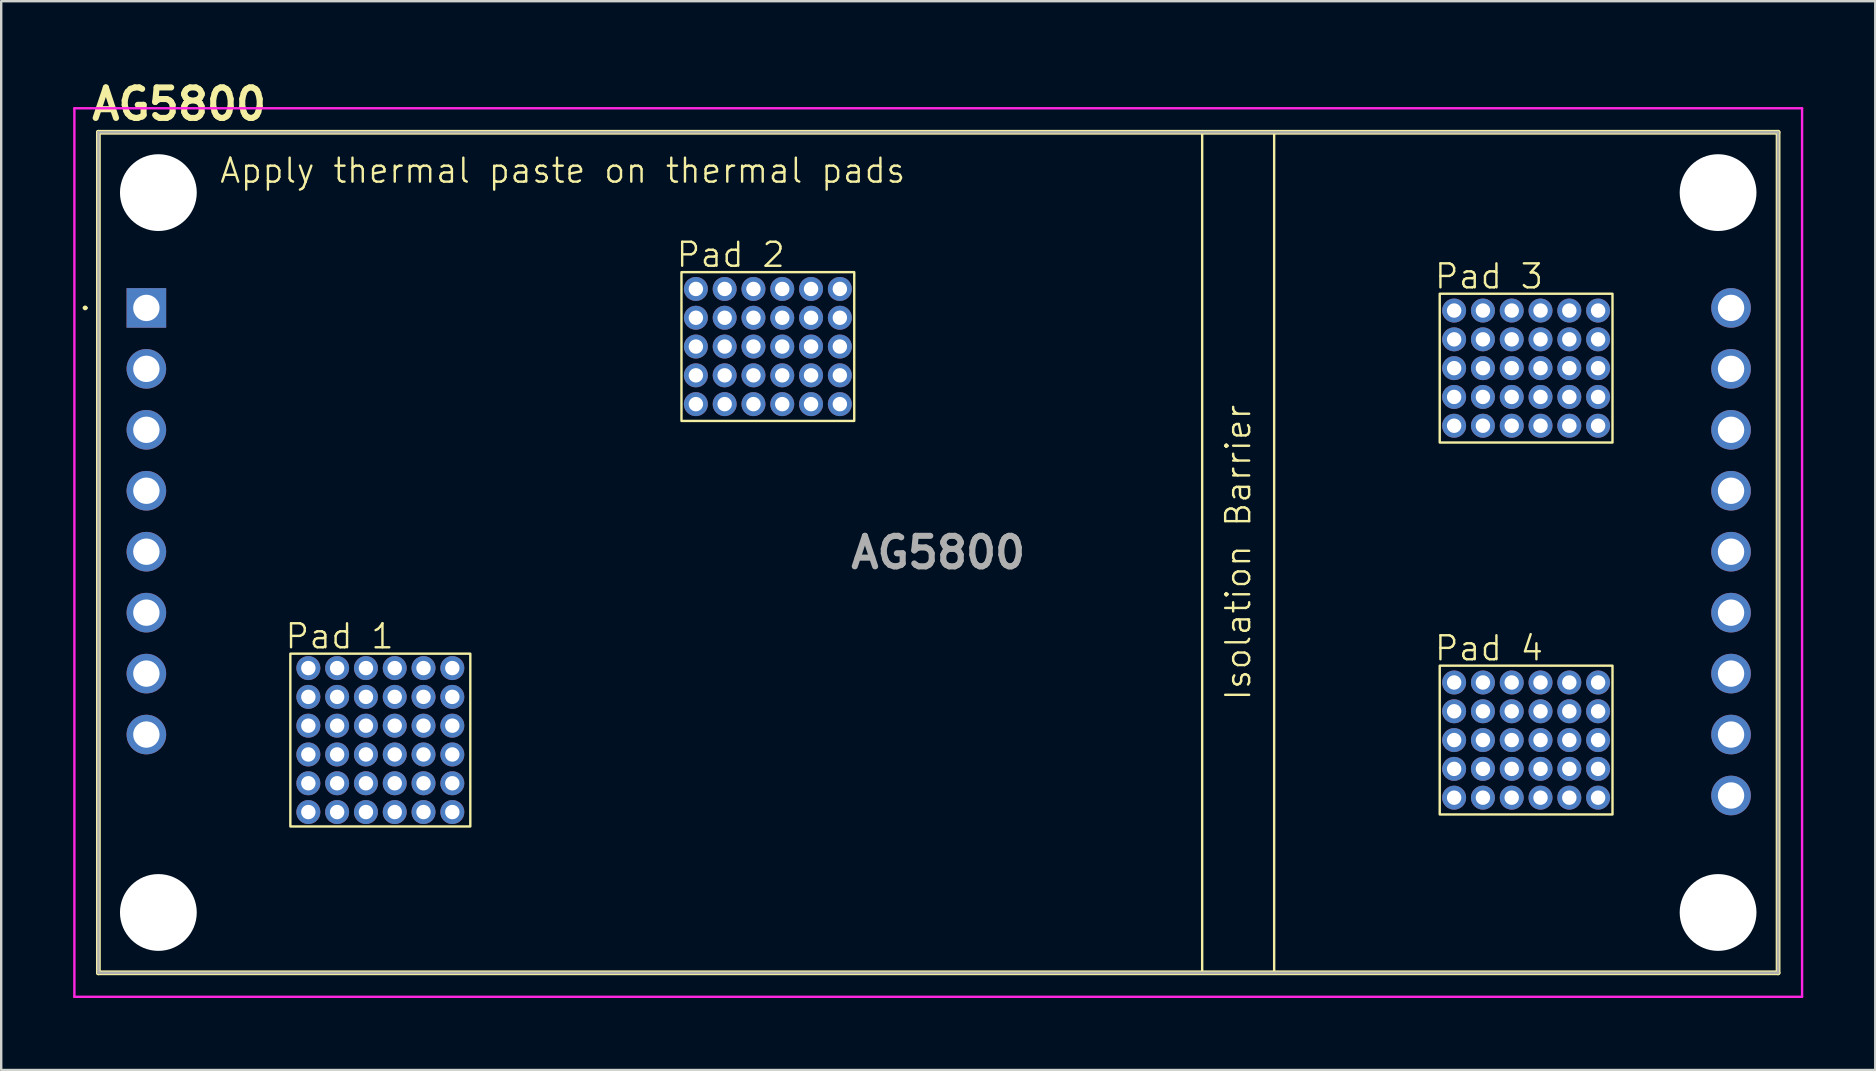
<source format=kicad_pcb>
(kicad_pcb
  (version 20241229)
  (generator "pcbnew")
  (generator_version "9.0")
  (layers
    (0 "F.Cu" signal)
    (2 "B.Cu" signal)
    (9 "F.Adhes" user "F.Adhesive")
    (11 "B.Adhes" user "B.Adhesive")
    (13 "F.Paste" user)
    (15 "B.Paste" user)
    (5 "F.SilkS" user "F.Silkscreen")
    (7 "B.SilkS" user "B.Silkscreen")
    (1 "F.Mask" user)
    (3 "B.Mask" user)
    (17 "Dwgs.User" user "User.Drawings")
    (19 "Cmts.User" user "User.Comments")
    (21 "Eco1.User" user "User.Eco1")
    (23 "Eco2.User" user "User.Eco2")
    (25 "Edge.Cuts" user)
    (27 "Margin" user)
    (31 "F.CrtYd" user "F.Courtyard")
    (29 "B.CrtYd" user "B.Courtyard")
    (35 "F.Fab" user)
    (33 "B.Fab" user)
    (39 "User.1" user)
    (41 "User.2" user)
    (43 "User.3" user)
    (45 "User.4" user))
  (footprint "AG5800"
    (layer "F.Cu")
    (at 36.05 19.977)
    (property "Reference" "AG5800" (at -35.4 -17.945 0) (layer "F.SilkS") (effects (font (size 1.27 1.27) (thickness 0.254)) (justify left bottom)))
    (attr through_hole)
    (fp_line (start -35.6 -10.195) (end -35.6 -10.195) (stroke (width 0.1) (type solid)) (layer "F.SilkS"))
    (fp_line (start -35.5 -10.195) (end -35.5 -10.195) (stroke (width 0.1) (type solid)) (layer "F.SilkS"))
    (fp_line (start -35 -17.515) (end 35 -17.515) (stroke (width 0.2) (type solid)) (layer "F.SilkS"))
    (fp_line (start -35 17.515) (end -35 -17.515) (stroke (width 0.2) (type solid)) (layer "F.SilkS"))
    (fp_line (start 35 -17.515) (end 35 17.515) (stroke (width 0.2) (type solid)) (layer "F.SilkS"))
    (fp_line (start 35 17.515) (end -35 17.515) (stroke (width 0.2) (type solid)) (layer "F.SilkS"))
    (fp_rect (start -27 4.215) (end -19.5 11.415) (stroke (width 0.1) (type solid)) (fill no) (layer "F.SilkS"))
    (fp_rect (start -10.7 -11.685) (end -3.5 -5.485) (stroke (width 0.1) (type solid)) (fill no) (layer "F.SilkS"))
    (fp_rect (start 20.9 -10.785) (end 28.1 -4.585) (stroke (width 0.1) (type solid)) (fill no) (layer "F.SilkS"))
    (fp_rect (start 20.9 4.715) (end 28.1 10.915) (stroke (width 0.1) (type solid)) (fill no) (layer "F.SilkS"))
    (fp_arc (start -35.6 -10.195) (mid -35.55 -10.245) (end -35.5 -10.195) (stroke (width 0.1) (type solid)) (layer "F.SilkS"))
    (fp_arc (start -35.5 -10.195) (mid -35.55 -10.145) (end -35.6 -10.195) (stroke (width 0.1) (type solid)) (layer "F.SilkS"))
    (fp_poly (pts (xy 11 -17.515) (xy 14 -17.515) (xy 14 17.515) (xy 11 17.515)) (stroke (width 0.1) (type solid)) (fill no) (layer "F.SilkS"))
    (fp_line (start -36 -18.515) (end 36 -18.515) (stroke (width 0.1) (type solid)) (layer "F.CrtYd"))
    (fp_line (start -36 18.515) (end -36 -18.515) (stroke (width 0.1) (type solid)) (layer "F.CrtYd"))
    (fp_line (start 36 -18.515) (end 36 18.515) (stroke (width 0.1) (type solid)) (layer "F.CrtYd"))
    (fp_line (start 36 18.515) (end -36 18.515) (stroke (width 0.1) (type solid)) (layer "F.CrtYd"))
    (fp_line (start -35 -17.515) (end 35 -17.515) (stroke (width 0.1) (type solid)) (layer "F.Fab"))
    (fp_line (start -35 17.515) (end -35 -17.515) (stroke (width 0.1) (type solid)) (layer "F.Fab"))
    (fp_line (start 35 -17.515) (end 35 17.515) (stroke (width 0.1) (type solid)) (layer "F.Fab"))
    (fp_line (start 35 17.515) (end -35 17.515) (stroke (width 0.1) (type solid)) (layer "F.Fab"))
    (fp_text user "Isolation Barrier" (at 12.5 0 90) (unlocked yes) (layer "F.SilkS") (effects (font (size 1 1) (thickness 0.1))))
    (fp_text user "Pad 1" (at -27.275 4.075 0) (unlocked yes) (layer "F.SilkS") (effects (font (size 1 1) (thickness 0.1)) (justify left bottom)))
    (fp_text user "Pad 4" (at 20.625 4.575 0) (unlocked yes) (layer "F.SilkS") (effects (font (size 1 1) (thickness 0.1)) (justify left bottom)))
    (fp_text user "Pad 3" (at 20.625 -10.925 0) (unlocked yes) (layer "F.SilkS") (effects (font (size 1 1) (thickness 0.1)) (justify left bottom)))
    (fp_text user "Pad 2" (at -10.975 -11.825 0) (unlocked yes) (layer "F.SilkS") (effects (font (size 1 1) (thickness 0.1)) (justify left bottom)))
    (fp_text user "Apply thermal paste on thermal pads" (at -30 -16.5 0) (unlocked yes) (layer "F.SilkS") (effects (font (size 1 1) (thickness 0.1)) (justify left top)))
    (fp_text user "${REFERENCE}" (at 0 0 0) (layer "F.Fab") (effects (font (size 1.27 1.27) (thickness 0.254))))
    (pad "" np_thru_hole circle (at -32.5 -15) (size 3.2 3.2) (drill 3.2) (layers "*.Cu" "*.Mask"))
    (pad "" np_thru_hole circle (at -32.5 15) (size 3.2 3.2) (drill 3.2) (layers "*.Cu" "*.Mask"))
    (pad "" np_thru_hole circle (at 32.5 -15) (size 3.2 3.2) (drill 3.2) (layers "*.Cu" "*.Mask"))
    (pad "" np_thru_hole circle (at 32.5 15) (size 3.2 3.2) (drill 3.2) (layers "*.Cu" "*.Mask"))
    (pad "1" thru_hole rect (at -33 -10.195) (size 1.65 1.65) (drill 1.1) (layers "*.Cu" "*.Mask"))
    (pad "2" thru_hole circle (at -33 -7.655) (size 1.65 1.65) (drill 1.1) (layers "*.Cu" "*.Mask"))
    (pad "3" thru_hole circle (at -33 -5.115) (size 1.65 1.65) (drill 1.1) (layers "*.Cu" "*.Mask"))
    (pad "4" thru_hole circle (at -33 -2.575) (size 1.65 1.65) (drill 1.1) (layers "*.Cu" "*.Mask"))
    (pad "5" thru_hole circle (at -33 -0.035) (size 1.65 1.65) (drill 1.1) (layers "*.Cu" "*.Mask"))
    (pad "6" thru_hole circle (at -33 2.505) (size 1.65 1.65) (drill 1.1) (layers "*.Cu" "*.Mask"))
    (pad "7" thru_hole circle (at -33 5.045) (size 1.65 1.65) (drill 1.1) (layers "*.Cu" "*.Mask"))
    (pad "8" thru_hole circle (at -33 7.585) (size 1.65 1.65) (drill 1.1) (layers "*.Cu" "*.Mask"))
    (pad "9" thru_hole circle (at 33.04 10.125) (size 1.65 1.65) (drill 1.1) (layers "*.Cu" "*.Mask"))
    (pad "10" thru_hole circle (at 33.04 7.585) (size 1.65 1.65) (drill 1.1) (layers "*.Cu" "*.Mask"))
    (pad "11" thru_hole circle (at 33.04 5.045) (size 1.65 1.65) (drill 1.1) (layers "*.Cu" "*.Mask"))
    (pad "12" thru_hole circle (at 33.04 2.505) (size 1.65 1.65) (drill 1.1) (layers "*.Cu" "*.Mask"))
    (pad "13" thru_hole circle (at 33.04 -0.035) (size 1.65 1.65) (drill 1.1) (layers "*.Cu" "*.Mask"))
    (pad "14" thru_hole circle (at 33.04 -2.575) (size 1.65 1.65) (drill 1.1) (layers "*.Cu" "*.Mask"))
    (pad "15" thru_hole circle (at 21.5 -10.085) (size 1 1) (drill 0.6) (property pad_prop_heatsink) (layers "*.Cu" "*.Mask"))
    (pad "15" thru_hole circle (at 21.5 -8.885) (size 1 1) (drill 0.6) (property pad_prop_heatsink) (layers "*.Cu" "*.Mask"))
    (pad "15" thru_hole circle (at 21.5 -7.685) (size 1 1) (drill 0.6) (property pad_prop_heatsink) (layers "*.Cu" "*.Mask"))
    (pad "15" thru_hole circle (at 21.5 -6.485) (size 1 1) (drill 0.6) (property pad_prop_heatsink) (layers "*.Cu" "*.Mask"))
    (pad "15" thru_hole circle (at 21.5 -5.285) (size 1 1) (drill 0.6) (property pad_prop_heatsink) (layers "*.Cu" "*.Mask"))
    (pad "15" thru_hole circle (at 22.7 -10.085) (size 1 1) (drill 0.6) (property pad_prop_heatsink) (layers "*.Cu" "*.Mask"))
    (pad "15" thru_hole circle (at 22.7 -8.885) (size 1 1) (drill 0.6) (property pad_prop_heatsink) (layers "*.Cu" "*.Mask"))
    (pad "15" thru_hole circle (at 22.7 -7.685) (size 1 1) (drill 0.6) (property pad_prop_heatsink) (layers "*.Cu" "*.Mask"))
    (pad "15" thru_hole circle (at 22.7 -6.485) (size 1 1) (drill 0.6) (property pad_prop_heatsink) (layers "*.Cu" "*.Mask"))
    (pad "15" thru_hole circle (at 22.7 -5.285) (size 1 1) (drill 0.6) (property pad_prop_heatsink) (layers "*.Cu" "*.Mask"))
    (pad "15" thru_hole circle (at 23.9 -10.085) (size 1 1) (drill 0.6) (property pad_prop_heatsink) (layers "*.Cu" "*.Mask"))
    (pad "15" thru_hole circle (at 23.9 -8.885) (size 1 1) (drill 0.6) (property pad_prop_heatsink) (layers "*.Cu" "*.Mask"))
    (pad "15" thru_hole circle (at 23.9 -7.685) (size 1 1) (drill 0.6) (property pad_prop_heatsink) (layers "*.Cu" "*.Mask"))
    (pad "15" thru_hole circle (at 23.9 -6.485) (size 1 1) (drill 0.6) (property pad_prop_heatsink) (layers "*.Cu" "*.Mask"))
    (pad "15" thru_hole circle (at 23.9 -5.285) (size 1 1) (drill 0.6) (property pad_prop_heatsink) (layers "*.Cu" "*.Mask"))
    (pad "15" thru_hole circle (at 25.1 -10.085) (size 1 1) (drill 0.6) (property pad_prop_heatsink) (layers "*.Cu" "*.Mask"))
    (pad "15" thru_hole circle (at 25.1 -8.885) (size 1 1) (drill 0.6) (property pad_prop_heatsink) (layers "*.Cu" "*.Mask"))
    (pad "15" thru_hole circle (at 25.1 -7.685) (size 1 1) (drill 0.6) (property pad_prop_heatsink) (layers "*.Cu" "*.Mask"))
    (pad "15" thru_hole circle (at 25.1 -6.485) (size 1 1) (drill 0.6) (property pad_prop_heatsink) (layers "*.Cu" "*.Mask"))
    (pad "15" thru_hole circle (at 25.1 -5.285) (size 1 1) (drill 0.6) (property pad_prop_heatsink) (layers "*.Cu" "*.Mask"))
    (pad "15" thru_hole circle (at 26.3 -10.085) (size 1 1) (drill 0.6) (property pad_prop_heatsink) (layers "*.Cu" "*.Mask"))
    (pad "15" thru_hole circle (at 26.3 -8.885) (size 1 1) (drill 0.6) (property pad_prop_heatsink) (layers "*.Cu" "*.Mask"))
    (pad "15" thru_hole circle (at 26.3 -7.685) (size 1 1) (drill 0.6) (property pad_prop_heatsink) (layers "*.Cu" "*.Mask"))
    (pad "15" thru_hole circle (at 26.3 -6.485) (size 1 1) (drill 0.6) (property pad_prop_heatsink) (layers "*.Cu" "*.Mask"))
    (pad "15" thru_hole circle (at 26.3 -5.285) (size 1 1) (drill 0.6) (property pad_prop_heatsink) (layers "*.Cu" "*.Mask"))
    (pad "15" thru_hole circle (at 27.5 -10.085) (size 1 1) (drill 0.6) (property pad_prop_heatsink) (layers "*.Cu" "*.Mask"))
    (pad "15" thru_hole circle (at 27.5 -8.885) (size 1 1) (drill 0.6) (property pad_prop_heatsink) (layers "*.Cu" "*.Mask"))
    (pad "15" thru_hole circle (at 27.5 -7.685) (size 1 1) (drill 0.6) (property pad_prop_heatsink) (layers "*.Cu" "*.Mask"))
    (pad "15" thru_hole circle (at 27.5 -6.485) (size 1 1) (drill 0.6) (property pad_prop_heatsink) (layers "*.Cu" "*.Mask"))
    (pad "15" thru_hole circle (at 27.5 -5.285) (size 1 1) (drill 0.6) (property pad_prop_heatsink) (layers "*.Cu" "*.Mask"))
    (pad "15" thru_hole circle (at 33.04 -5.115) (size 1.65 1.65) (drill 1.1) (layers "*.Cu" "*.Mask"))
    (pad "16" thru_hole circle (at 21.5 5.415) (size 1 1) (drill 0.6) (property pad_prop_heatsink) (layers "*.Cu" "*.Mask"))
    (pad "16" thru_hole circle (at 21.5 6.615) (size 1 1) (drill 0.6) (property pad_prop_heatsink) (layers "*.Cu" "*.Mask"))
    (pad "16" thru_hole circle (at 21.5 7.815) (size 1 1) (drill 0.6) (property pad_prop_heatsink) (layers "*.Cu" "*.Mask"))
    (pad "16" thru_hole circle (at 21.5 9.015) (size 1 1) (drill 0.6) (property pad_prop_heatsink) (layers "*.Cu" "*.Mask"))
    (pad "16" thru_hole circle (at 21.5 10.215) (size 1 1) (drill 0.6) (property pad_prop_heatsink) (layers "*.Cu" "*.Mask"))
    (pad "16" thru_hole circle (at 22.7 5.415) (size 1 1) (drill 0.6) (property pad_prop_heatsink) (layers "*.Cu" "*.Mask"))
    (pad "16" thru_hole circle (at 22.7 6.615) (size 1 1) (drill 0.6) (property pad_prop_heatsink) (layers "*.Cu" "*.Mask"))
    (pad "16" thru_hole circle (at 22.7 7.815) (size 1 1) (drill 0.6) (property pad_prop_heatsink) (layers "*.Cu" "*.Mask"))
    (pad "16" thru_hole circle (at 22.7 9.015) (size 1 1) (drill 0.6) (property pad_prop_heatsink) (layers "*.Cu" "*.Mask"))
    (pad "16" thru_hole circle (at 22.7 10.215) (size 1 1) (drill 0.6) (property pad_prop_heatsink) (layers "*.Cu" "*.Mask"))
    (pad "16" thru_hole circle (at 23.9 5.415) (size 1 1) (drill 0.6) (property pad_prop_heatsink) (layers "*.Cu" "*.Mask"))
    (pad "16" thru_hole circle (at 23.9 6.615) (size 1 1) (drill 0.6) (property pad_prop_heatsink) (layers "*.Cu" "*.Mask"))
    (pad "16" thru_hole circle (at 23.9 7.815) (size 1 1) (drill 0.6) (property pad_prop_heatsink) (layers "*.Cu" "*.Mask"))
    (pad "16" thru_hole circle (at 23.9 9.015) (size 1 1) (drill 0.6) (property pad_prop_heatsink) (layers "*.Cu" "*.Mask"))
    (pad "16" thru_hole circle (at 23.9 10.215) (size 1 1) (drill 0.6) (property pad_prop_heatsink) (layers "*.Cu" "*.Mask"))
    (pad "16" thru_hole circle (at 25.1 5.415) (size 1 1) (drill 0.6) (property pad_prop_heatsink) (layers "*.Cu" "*.Mask"))
    (pad "16" thru_hole circle (at 25.1 6.615) (size 1 1) (drill 0.6) (property pad_prop_heatsink) (layers "*.Cu" "*.Mask"))
    (pad "16" thru_hole circle (at 25.1 7.815) (size 1 1) (drill 0.6) (property pad_prop_heatsink) (layers "*.Cu" "*.Mask"))
    (pad "16" thru_hole circle (at 25.1 9.015) (size 1 1) (drill 0.6) (property pad_prop_heatsink) (layers "*.Cu" "*.Mask"))
    (pad "16" thru_hole circle (at 25.1 10.215) (size 1 1) (drill 0.6) (property pad_prop_heatsink) (layers "*.Cu" "*.Mask"))
    (pad "16" thru_hole circle (at 26.3 5.415) (size 1 1) (drill 0.6) (property pad_prop_heatsink) (layers "*.Cu" "*.Mask"))
    (pad "16" thru_hole circle (at 26.3 6.615) (size 1 1) (drill 0.6) (property pad_prop_heatsink) (layers "*.Cu" "*.Mask"))
    (pad "16" thru_hole circle (at 26.3 7.815) (size 1 1) (drill 0.6) (property pad_prop_heatsink) (layers "*.Cu" "*.Mask"))
    (pad "16" thru_hole circle (at 26.3 9.015) (size 1 1) (drill 0.6) (property pad_prop_heatsink) (layers "*.Cu" "*.Mask"))
    (pad "16" thru_hole circle (at 26.3 10.215) (size 1 1) (drill 0.6) (property pad_prop_heatsink) (layers "*.Cu" "*.Mask"))
    (pad "16" thru_hole circle (at 27.5 5.415) (size 1 1) (drill 0.6) (property pad_prop_heatsink) (layers "*.Cu" "*.Mask"))
    (pad "16" thru_hole circle (at 27.5 6.615) (size 1 1) (drill 0.6) (property pad_prop_heatsink) (layers "*.Cu" "*.Mask"))
    (pad "16" thru_hole circle (at 27.5 7.815) (size 1 1) (drill 0.6) (property pad_prop_heatsink) (layers "*.Cu" "*.Mask"))
    (pad "16" thru_hole circle (at 27.5 9.015) (size 1 1) (drill 0.6) (property pad_prop_heatsink) (layers "*.Cu" "*.Mask"))
    (pad "16" thru_hole circle (at 27.5 10.215) (size 1 1) (drill 0.6) (property pad_prop_heatsink) (layers "*.Cu" "*.Mask"))
    (pad "16" thru_hole circle (at 33.04 -7.655) (size 1.65 1.65) (drill 1.1) (layers "*.Cu" "*.Mask"))
    (pad "17" thru_hole circle (at 33.04 -10.195) (size 1.65 1.65) (drill 1.1) (layers "*.Cu" "*.Mask"))
    (pad "18" thru_hole circle (at -26.25 4.815) (size 1 1) (drill 0.6) (property pad_prop_heatsink) (layers "*.Cu" "*.Mask"))
    (pad "18" thru_hole circle (at -26.25 6.015) (size 1 1) (drill 0.6) (property pad_prop_heatsink) (layers "*.Cu" "*.Mask"))
    (pad "18" thru_hole circle (at -26.25 7.215) (size 1 1) (drill 0.6) (property pad_prop_heatsink) (layers "*.Cu" "*.Mask"))
    (pad "18" thru_hole circle (at -26.25 8.415) (size 1 1) (drill 0.6) (property pad_prop_heatsink) (layers "*.Cu" "*.Mask"))
    (pad "18" thru_hole circle (at -26.25 9.615) (size 1 1) (drill 0.6) (property pad_prop_heatsink) (layers "*.Cu" "*.Mask"))
    (pad "18" thru_hole circle (at -26.25 10.815) (size 1 1) (drill 0.6) (property pad_prop_heatsink) (layers "*.Cu" "*.Mask"))
    (pad "18" thru_hole circle (at -25.05 4.815) (size 1 1) (drill 0.6) (property pad_prop_heatsink) (layers "*.Cu" "*.Mask"))
    (pad "18" thru_hole circle (at -25.05 6.015) (size 1 1) (drill 0.6) (property pad_prop_heatsink) (layers "*.Cu" "*.Mask"))
    (pad "18" thru_hole circle (at -25.05 7.215) (size 1 1) (drill 0.6) (property pad_prop_heatsink) (layers "*.Cu" "*.Mask"))
    (pad "18" thru_hole circle (at -25.05 8.415) (size 1 1) (drill 0.6) (property pad_prop_heatsink) (layers "*.Cu" "*.Mask"))
    (pad "18" thru_hole circle (at -25.05 9.615) (size 1 1) (drill 0.6) (property pad_prop_heatsink) (layers "*.Cu" "*.Mask"))
    (pad "18" thru_hole circle (at -25.05 10.815) (size 1 1) (drill 0.6) (property pad_prop_heatsink) (layers "*.Cu" "*.Mask"))
    (pad "18" thru_hole circle (at -23.85 4.815) (size 1 1) (drill 0.6) (property pad_prop_heatsink) (layers "*.Cu" "*.Mask"))
    (pad "18" thru_hole circle (at -23.85 6.015) (size 1 1) (drill 0.6) (property pad_prop_heatsink) (layers "*.Cu" "*.Mask"))
    (pad "18" thru_hole circle (at -23.85 7.215) (size 1 1) (drill 0.6) (property pad_prop_heatsink) (layers "*.Cu" "*.Mask"))
    (pad "18" thru_hole circle (at -23.85 8.415) (size 1 1) (drill 0.6) (property pad_prop_heatsink) (layers "*.Cu" "*.Mask"))
    (pad "18" thru_hole circle (at -23.85 9.615) (size 1 1) (drill 0.6) (property pad_prop_heatsink) (layers "*.Cu" "*.Mask"))
    (pad "18" thru_hole circle (at -23.85 10.815) (size 1 1) (drill 0.6) (property pad_prop_heatsink) (layers "*.Cu" "*.Mask"))
    (pad "18" thru_hole circle (at -22.65 4.815) (size 1 1) (drill 0.6) (property pad_prop_heatsink) (layers "*.Cu" "*.Mask"))
    (pad "18" thru_hole circle (at -22.65 6.015) (size 1 1) (drill 0.6) (property pad_prop_heatsink) (layers "*.Cu" "*.Mask"))
    (pad "18" thru_hole circle (at -22.65 7.215) (size 1 1) (drill 0.6) (property pad_prop_heatsink) (layers "*.Cu" "*.Mask"))
    (pad "18" thru_hole circle (at -22.65 8.415) (size 1 1) (drill 0.6) (property pad_prop_heatsink) (layers "*.Cu" "*.Mask"))
    (pad "18" thru_hole circle (at -22.65 9.615) (size 1 1) (drill 0.6) (property pad_prop_heatsink) (layers "*.Cu" "*.Mask"))
    (pad "18" thru_hole circle (at -22.65 10.815) (size 1 1) (drill 0.6) (property pad_prop_heatsink) (layers "*.Cu" "*.Mask"))
    (pad "18" thru_hole circle (at -21.45 4.815) (size 1 1) (drill 0.6) (property pad_prop_heatsink) (layers "*.Cu" "*.Mask"))
    (pad "18" thru_hole circle (at -21.45 6.015) (size 1 1) (drill 0.6) (property pad_prop_heatsink) (layers "*.Cu" "*.Mask"))
    (pad "18" thru_hole circle (at -21.45 7.215) (size 1 1) (drill 0.6) (property pad_prop_heatsink) (layers "*.Cu" "*.Mask"))
    (pad "18" thru_hole circle (at -21.45 8.415) (size 1 1) (drill 0.6) (property pad_prop_heatsink) (layers "*.Cu" "*.Mask"))
    (pad "18" thru_hole circle (at -21.45 9.615) (size 1 1) (drill 0.6) (property pad_prop_heatsink) (layers "*.Cu" "*.Mask"))
    (pad "18" thru_hole circle (at -21.45 10.815) (size 1 1) (drill 0.6) (property pad_prop_heatsink) (layers "*.Cu" "*.Mask"))
    (pad "18" thru_hole circle (at -20.25 4.815) (size 1 1) (drill 0.6) (property pad_prop_heatsink) (layers "*.Cu" "*.Mask"))
    (pad "18" thru_hole circle (at -20.25 6.015) (size 1 1) (drill 0.6) (property pad_prop_heatsink) (layers "*.Cu" "*.Mask"))
    (pad "18" thru_hole circle (at -20.25 7.215) (size 1 1) (drill 0.6) (property pad_prop_heatsink) (layers "*.Cu" "*.Mask"))
    (pad "18" thru_hole circle (at -20.25 8.415) (size 1 1) (drill 0.6) (property pad_prop_heatsink) (layers "*.Cu" "*.Mask"))
    (pad "18" thru_hole circle (at -20.25 9.615) (size 1 1) (drill 0.6) (property pad_prop_heatsink) (layers "*.Cu" "*.Mask"))
    (pad "18" thru_hole circle (at -20.25 10.815) (size 1 1) (drill 0.6) (property pad_prop_heatsink) (layers "*.Cu" "*.Mask"))
    (pad "18" thru_hole circle (at -10.1 -10.985) (size 1 1) (drill 0.6) (property pad_prop_heatsink) (layers "*.Cu" "*.Mask"))
    (pad "18" thru_hole circle (at -10.1 -9.785) (size 1 1) (drill 0.6) (property pad_prop_heatsink) (layers "*.Cu" "*.Mask"))
    (pad "18" thru_hole circle (at -10.1 -8.585) (size 1 1) (drill 0.6) (property pad_prop_heatsink) (layers "*.Cu" "*.Mask"))
    (pad "18" thru_hole circle (at -10.1 -7.385) (size 1 1) (drill 0.6) (property pad_prop_heatsink) (layers "*.Cu" "*.Mask"))
    (pad "18" thru_hole circle (at -10.1 -6.185) (size 1 1) (drill 0.6) (property pad_prop_heatsink) (layers "*.Cu" "*.Mask"))
    (pad "18" thru_hole circle (at -8.9 -10.985) (size 1 1) (drill 0.6) (property pad_prop_heatsink) (layers "*.Cu" "*.Mask"))
    (pad "18" thru_hole circle (at -8.9 -9.785) (size 1 1) (drill 0.6) (property pad_prop_heatsink) (layers "*.Cu" "*.Mask"))
    (pad "18" thru_hole circle (at -8.9 -8.585) (size 1 1) (drill 0.6) (property pad_prop_heatsink) (layers "*.Cu" "*.Mask"))
    (pad "18" thru_hole circle (at -8.9 -7.385) (size 1 1) (drill 0.6) (property pad_prop_heatsink) (layers "*.Cu" "*.Mask"))
    (pad "18" thru_hole circle (at -8.9 -6.185) (size 1 1) (drill 0.6) (property pad_prop_heatsink) (layers "*.Cu" "*.Mask"))
    (pad "18" thru_hole circle (at -7.7 -10.985) (size 1 1) (drill 0.6) (property pad_prop_heatsink) (layers "*.Cu" "*.Mask"))
    (pad "18" thru_hole circle (at -7.7 -9.785) (size 1 1) (drill 0.6) (property pad_prop_heatsink) (layers "*.Cu" "*.Mask"))
    (pad "18" thru_hole circle (at -7.7 -8.585) (size 1 1) (drill 0.6) (property pad_prop_heatsink) (layers "*.Cu" "*.Mask"))
    (pad "18" thru_hole circle (at -7.7 -7.385) (size 1 1) (drill 0.6) (property pad_prop_heatsink) (layers "*.Cu" "*.Mask"))
    (pad "18" thru_hole circle (at -7.7 -6.185) (size 1 1) (drill 0.6) (property pad_prop_heatsink) (layers "*.Cu" "*.Mask"))
    (pad "18" thru_hole circle (at -6.5 -10.985) (size 1 1) (drill 0.6) (property pad_prop_heatsink) (layers "*.Cu" "*.Mask"))
    (pad "18" thru_hole circle (at -6.5 -9.785) (size 1 1) (drill 0.6) (property pad_prop_heatsink) (layers "*.Cu" "*.Mask"))
    (pad "18" thru_hole circle (at -6.5 -8.585) (size 1 1) (drill 0.6) (property pad_prop_heatsink) (layers "*.Cu" "*.Mask"))
    (pad "18" thru_hole circle (at -6.5 -7.385) (size 1 1) (drill 0.6) (property pad_prop_heatsink) (layers "*.Cu" "*.Mask"))
    (pad "18" thru_hole circle (at -6.5 -6.185) (size 1 1) (drill 0.6) (property pad_prop_heatsink) (layers "*.Cu" "*.Mask"))
    (pad "18" thru_hole circle (at -5.3 -10.985) (size 1 1) (drill 0.6) (property pad_prop_heatsink) (layers "*.Cu" "*.Mask"))
    (pad "18" thru_hole circle (at -5.3 -9.785) (size 1 1) (drill 0.6) (property pad_prop_heatsink) (layers "*.Cu" "*.Mask"))
    (pad "18" thru_hole circle (at -5.3 -8.585) (size 1 1) (drill 0.6) (property pad_prop_heatsink) (layers "*.Cu" "*.Mask"))
    (pad "18" thru_hole circle (at -5.3 -7.385) (size 1 1) (drill 0.6) (property pad_prop_heatsink) (layers "*.Cu" "*.Mask"))
    (pad "18" thru_hole circle (at -5.3 -6.185) (size 1 1) (drill 0.6) (property pad_prop_heatsink) (layers "*.Cu" "*.Mask"))
    (pad "18" thru_hole circle (at -4.1 -10.985) (size 1 1) (drill 0.6) (property pad_prop_heatsink) (layers "*.Cu" "*.Mask"))
    (pad "18" thru_hole circle (at -4.1 -9.785) (size 1 1) (drill 0.6) (property pad_prop_heatsink) (layers "*.Cu" "*.Mask"))
    (pad "18" thru_hole circle (at -4.1 -8.585) (size 1 1) (drill 0.6) (property pad_prop_heatsink) (layers "*.Cu" "*.Mask"))
    (pad "18" thru_hole circle (at -4.1 -7.385) (size 1 1) (drill 0.6) (property pad_prop_heatsink) (layers "*.Cu" "*.Mask"))
    (pad "18" thru_hole circle (at -4.1 -6.185) (size 1 1) (drill 0.6) (property pad_prop_heatsink) (layers "*.Cu" "*.Mask"))
    (zone (net_name "") (layers "F.Cu" "B.Cu") (name "Heat pad 1") (hatch edge 0.5) (connect_pads) (min_thickness 0.25) (filled_areas_thickness no) (keepout (tracks not_allowed) (vias allowed) (pads not_allowed) (copperpour allowed) (footprints not_allowed)) (placement (enabled no)) (fill) (polygon (pts (xy 9.05 24.192) (xy 16.55 24.192) (xy 16.55 31.392) (xy 9.05 31.392))))
    (zone (net_name "") (layers "F.Cu" "B.Cu") (name "Heat pad 2") (hatch edge 0.5) (connect_pads) (min_thickness 0.25) (filled_areas_thickness no) (keepout (tracks not_allowed) (vias allowed) (pads not_allowed) (copperpour allowed) (footprints not_allowed)) (placement (enabled no)) (fill) (polygon (pts (xy 25.35 8.292) (xy 32.55 8.292) (xy 32.55 14.492) (xy 25.35 14.492))))
    (zone (net_name "") (layers "F.Cu" "B.Cu") (name "Keepout Area") (hatch edge 0.5) (connect_pads) (min_thickness 0.25) (filled_areas_thickness no) (keepout (tracks not_allowed) (vias not_allowed) (pads not_allowed) (copperpour not_allowed) (footprints allowed)) (placement (enabled no)) (fill) (polygon (pts (xy 47.05 2.462) (xy 50.05 2.462) (xy 50.05 37.492) (xy 47.05 37.492))))
    (zone (net_name "") (layers "F.Cu" "B.Cu") (name "Heat pad 3") (hatch edge 0.5) (connect_pads) (min_thickness 0.25) (filled_areas_thickness no) (keepout (tracks not_allowed) (vias allowed) (pads not_allowed) (copperpour allowed) (footprints not_allowed)) (placement (enabled no)) (fill) (polygon (pts (xy 56.95 9.192) (xy 64.15 9.192) (xy 64.15 15.392) (xy 56.95 15.392))))
    (zone (net_name "") (layers "F.Cu" "B.Cu") (name "Heat pad 4") (hatch edge 0.5) (connect_pads) (min_thickness 0.25) (filled_areas_thickness no) (keepout (tracks not_allowed) (vias allowed) (pads not_allowed) (copperpour allowed) (footprints not_allowed)) (placement (enabled no)) (fill) (polygon (pts (xy 56.95 24.692) (xy 64.15 24.692) (xy 64.15 30.892) (xy 56.95 30.892)))))
  (gr_rect
    (start -3 -3)
    (end 75.1 41.542)
    (stroke (width 0.1) (type default))
    (fill no)
    (layer "Edge.Cuts")))
</source>
